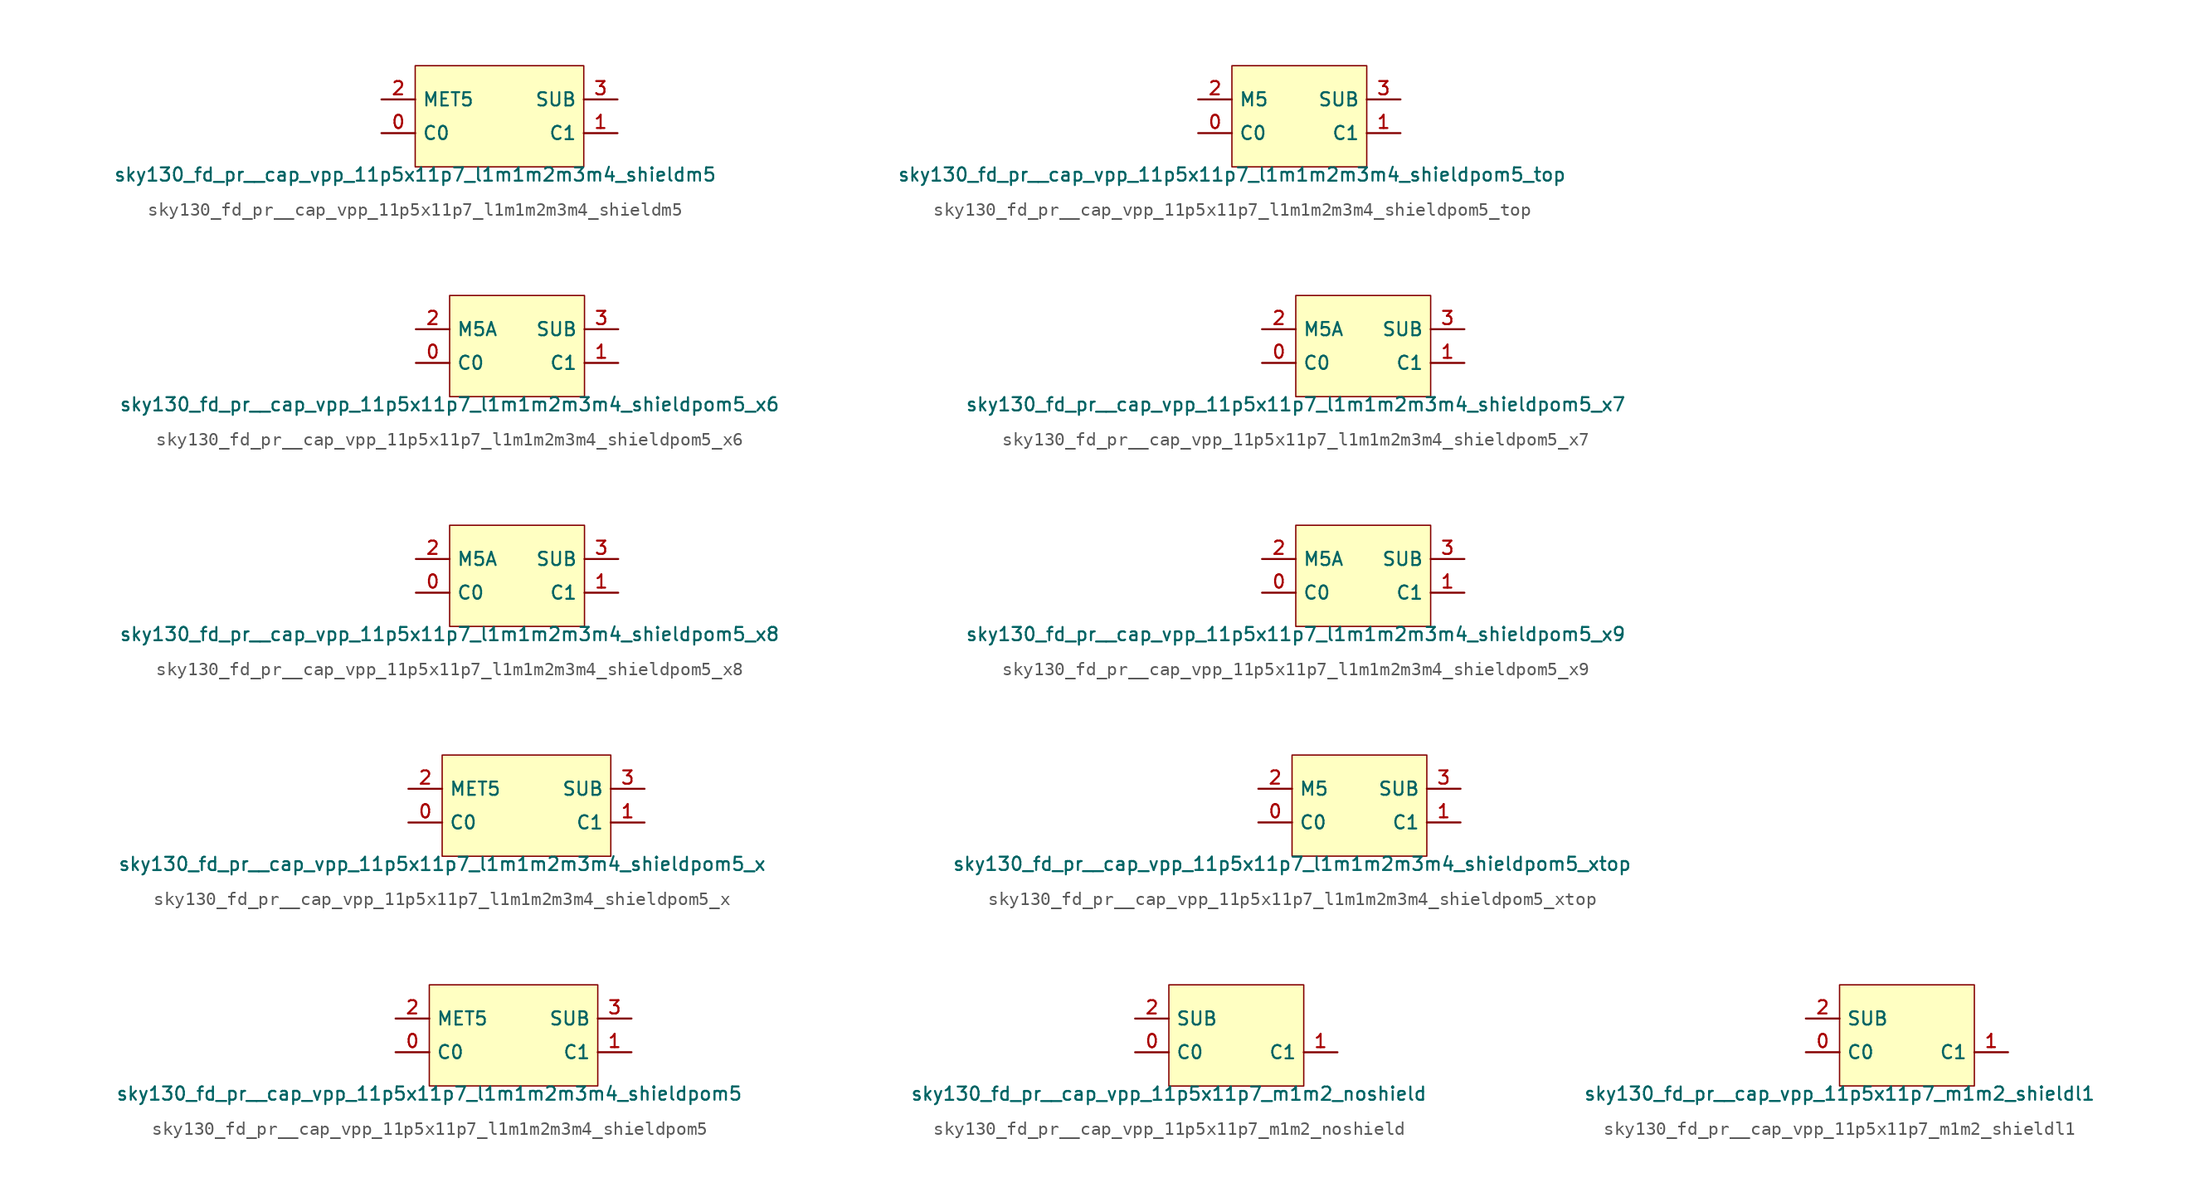
<source format=kicad_sym>
(kicad_symbol_lib
  (version 20211014)
  (generator lef2kicad_sym)
  (symbol "sky130_fd_pr__cap_vpp_11p5x11p7_l1m1m2m3m4_shieldm5"
    (property "Reference" "X"
      (at 0 0 0)
      (effects (font (size 1 1)) hide))
    (property "Value" "sky130_fd_pr__cap_vpp_11p5x11p7_l1m1m2m3m4_shieldm5"
      (at -6.35 -3.81 0)
      (effects (font (size 1 1)) (justify top)))
    (rectangle
      (start -6.35 -3.81)
      (end 6.35 3.81)
      (stroke (width 0.1) (type solid) (color 0 0 0 0))
      (fill (type background)))
    (pin bidirectional line
      (at -8.89 -1.27 0)
      (length 2.54)
      (name "C0" (effects (font (size 1 1)) hide))
      (number "0" (effects (font (size 1 1)) hide)))
    (pin bidirectional line
      (at 8.89 -1.27 180)
      (length 2.54)
      (name "C1" (effects (font (size 1 1)) hide))
      (number "1" (effects (font (size 1 1)) hide)))
    (pin bidirectional line
      (at -8.89 1.27 0)
      (length 2.54)
      (name "MET5" (effects (font (size 1 1)) hide))
      (number "2" (effects (font (size 1 1)) hide)))
    (pin bidirectional line
      (at 8.89 1.27 180)
      (length 2.54)
      (name "SUB" (effects (font (size 1 1)) hide))
      (number "3" (effects (font (size 1 1)) hide))))
  (symbol "sky130_fd_pr__cap_vpp_11p5x11p7_l1m1m2m3m4_shieldpom5_top"
    (property "Reference" "X"
      (at 0 0 0)
      (effects (font (size 1 1)) hide))
    (property "Value" "sky130_fd_pr__cap_vpp_11p5x11p7_l1m1m2m3m4_shieldpom5_top"
      (at -5.08 -3.81 0)
      (effects (font (size 1 1)) (justify top)))
    (rectangle
      (start -5.08 -3.81)
      (end 5.08 3.81)
      (stroke (width 0.1) (type solid) (color 0 0 0 0))
      (fill (type background)))
    (pin bidirectional line
      (at -7.62 -1.27 0)
      (length 2.54)
      (name "C0" (effects (font (size 1 1)) hide))
      (number "0" (effects (font (size 1 1)) hide)))
    (pin bidirectional line
      (at 7.62 -1.27 180)
      (length 2.54)
      (name "C1" (effects (font (size 1 1)) hide))
      (number "1" (effects (font (size 1 1)) hide)))
    (pin bidirectional line
      (at -7.62 1.27 0)
      (length 2.54)
      (name "M5" (effects (font (size 1 1)) hide))
      (number "2" (effects (font (size 1 1)) hide)))
    (pin bidirectional line
      (at 7.62 1.27 180)
      (length 2.54)
      (name "SUB" (effects (font (size 1 1)) hide))
      (number "3" (effects (font (size 1 1)) hide))))
  (symbol "sky130_fd_pr__cap_vpp_11p5x11p7_l1m1m2m3m4_shieldpom5_x6"
    (property "Reference" "X"
      (at 0 0 0)
      (effects (font (size 1 1)) hide))
    (property "Value" "sky130_fd_pr__cap_vpp_11p5x11p7_l1m1m2m3m4_shieldpom5_x6"
      (at -5.08 -3.81 0)
      (effects (font (size 1 1)) (justify top)))
    (rectangle
      (start -5.08 -3.81)
      (end 5.08 3.81)
      (stroke (width 0.1) (type solid) (color 0 0 0 0))
      (fill (type background)))
    (pin bidirectional line
      (at -7.62 -1.27 0)
      (length 2.54)
      (name "C0" (effects (font (size 1 1)) hide))
      (number "0" (effects (font (size 1 1)) hide)))
    (pin bidirectional line
      (at 7.62 -1.27 180)
      (length 2.54)
      (name "C1" (effects (font (size 1 1)) hide))
      (number "1" (effects (font (size 1 1)) hide)))
    (pin bidirectional line
      (at -7.62 1.27 0)
      (length 2.54)
      (name "M5A" (effects (font (size 1 1)) hide))
      (number "2" (effects (font (size 1 1)) hide)))
    (pin bidirectional line
      (at 7.62 1.27 180)
      (length 2.54)
      (name "SUB" (effects (font (size 1 1)) hide))
      (number "3" (effects (font (size 1 1)) hide))))
  (symbol "sky130_fd_pr__cap_vpp_11p5x11p7_l1m1m2m3m4_shieldpom5_x7"
    (property "Reference" "X"
      (at 0 0 0)
      (effects (font (size 1 1)) hide))
    (property "Value" "sky130_fd_pr__cap_vpp_11p5x11p7_l1m1m2m3m4_shieldpom5_x7"
      (at -5.08 -3.81 0)
      (effects (font (size 1 1)) (justify top)))
    (rectangle
      (start -5.08 -3.81)
      (end 5.08 3.81)
      (stroke (width 0.1) (type solid) (color 0 0 0 0))
      (fill (type background)))
    (pin bidirectional line
      (at -7.62 -1.27 0)
      (length 2.54)
      (name "C0" (effects (font (size 1 1)) hide))
      (number "0" (effects (font (size 1 1)) hide)))
    (pin bidirectional line
      (at 7.62 -1.27 180)
      (length 2.54)
      (name "C1" (effects (font (size 1 1)) hide))
      (number "1" (effects (font (size 1 1)) hide)))
    (pin bidirectional line
      (at -7.62 1.27 0)
      (length 2.54)
      (name "M5A" (effects (font (size 1 1)) hide))
      (number "2" (effects (font (size 1 1)) hide)))
    (pin bidirectional line
      (at 7.62 1.27 180)
      (length 2.54)
      (name "SUB" (effects (font (size 1 1)) hide))
      (number "3" (effects (font (size 1 1)) hide))))
  (symbol "sky130_fd_pr__cap_vpp_11p5x11p7_l1m1m2m3m4_shieldpom5_x8"
    (property "Reference" "X"
      (at 0 0 0)
      (effects (font (size 1 1)) hide))
    (property "Value" "sky130_fd_pr__cap_vpp_11p5x11p7_l1m1m2m3m4_shieldpom5_x8"
      (at -5.08 -3.81 0)
      (effects (font (size 1 1)) (justify top)))
    (rectangle
      (start -5.08 -3.81)
      (end 5.08 3.81)
      (stroke (width 0.1) (type solid) (color 0 0 0 0))
      (fill (type background)))
    (pin bidirectional line
      (at -7.62 -1.27 0)
      (length 2.54)
      (name "C0" (effects (font (size 1 1)) hide))
      (number "0" (effects (font (size 1 1)) hide)))
    (pin bidirectional line
      (at 7.62 -1.27 180)
      (length 2.54)
      (name "C1" (effects (font (size 1 1)) hide))
      (number "1" (effects (font (size 1 1)) hide)))
    (pin bidirectional line
      (at -7.62 1.27 0)
      (length 2.54)
      (name "M5A" (effects (font (size 1 1)) hide))
      (number "2" (effects (font (size 1 1)) hide)))
    (pin bidirectional line
      (at 7.62 1.27 180)
      (length 2.54)
      (name "SUB" (effects (font (size 1 1)) hide))
      (number "3" (effects (font (size 1 1)) hide))))
  (symbol "sky130_fd_pr__cap_vpp_11p5x11p7_l1m1m2m3m4_shieldpom5_x9"
    (property "Reference" "X"
      (at 0 0 0)
      (effects (font (size 1 1)) hide))
    (property "Value" "sky130_fd_pr__cap_vpp_11p5x11p7_l1m1m2m3m4_shieldpom5_x9"
      (at -5.08 -3.81 0)
      (effects (font (size 1 1)) (justify top)))
    (rectangle
      (start -5.08 -3.81)
      (end 5.08 3.81)
      (stroke (width 0.1) (type solid) (color 0 0 0 0))
      (fill (type background)))
    (pin bidirectional line
      (at -7.62 -1.27 0)
      (length 2.54)
      (name "C0" (effects (font (size 1 1)) hide))
      (number "0" (effects (font (size 1 1)) hide)))
    (pin bidirectional line
      (at 7.62 -1.27 180)
      (length 2.54)
      (name "C1" (effects (font (size 1 1)) hide))
      (number "1" (effects (font (size 1 1)) hide)))
    (pin bidirectional line
      (at -7.62 1.27 0)
      (length 2.54)
      (name "M5A" (effects (font (size 1 1)) hide))
      (number "2" (effects (font (size 1 1)) hide)))
    (pin bidirectional line
      (at 7.62 1.27 180)
      (length 2.54)
      (name "SUB" (effects (font (size 1 1)) hide))
      (number "3" (effects (font (size 1 1)) hide))))
  (symbol "sky130_fd_pr__cap_vpp_11p5x11p7_l1m1m2m3m4_shieldpom5_x"
    (property "Reference" "X"
      (at 0 0 0)
      (effects (font (size 1 1)) hide))
    (property "Value" "sky130_fd_pr__cap_vpp_11p5x11p7_l1m1m2m3m4_shieldpom5_x"
      (at -6.35 -3.81 0)
      (effects (font (size 1 1)) (justify top)))
    (rectangle
      (start -6.35 -3.81)
      (end 6.35 3.81)
      (stroke (width 0.1) (type solid) (color 0 0 0 0))
      (fill (type background)))
    (pin bidirectional line
      (at -8.89 -1.27 0)
      (length 2.54)
      (name "C0" (effects (font (size 1 1)) hide))
      (number "0" (effects (font (size 1 1)) hide)))
    (pin bidirectional line
      (at 8.89 -1.27 180)
      (length 2.54)
      (name "C1" (effects (font (size 1 1)) hide))
      (number "1" (effects (font (size 1 1)) hide)))
    (pin bidirectional line
      (at -8.89 1.27 0)
      (length 2.54)
      (name "MET5" (effects (font (size 1 1)) hide))
      (number "2" (effects (font (size 1 1)) hide)))
    (pin bidirectional line
      (at 8.89 1.27 180)
      (length 2.54)
      (name "SUB" (effects (font (size 1 1)) hide))
      (number "3" (effects (font (size 1 1)) hide))))
  (symbol "sky130_fd_pr__cap_vpp_11p5x11p7_l1m1m2m3m4_shieldpom5_xtop"
    (property "Reference" "X"
      (at 0 0 0)
      (effects (font (size 1 1)) hide))
    (property "Value" "sky130_fd_pr__cap_vpp_11p5x11p7_l1m1m2m3m4_shieldpom5_xtop"
      (at -5.08 -3.81 0)
      (effects (font (size 1 1)) (justify top)))
    (rectangle
      (start -5.08 -3.81)
      (end 5.08 3.81)
      (stroke (width 0.1) (type solid) (color 0 0 0 0))
      (fill (type background)))
    (pin bidirectional line
      (at -7.62 -1.27 0)
      (length 2.54)
      (name "C0" (effects (font (size 1 1)) hide))
      (number "0" (effects (font (size 1 1)) hide)))
    (pin bidirectional line
      (at 7.62 -1.27 180)
      (length 2.54)
      (name "C1" (effects (font (size 1 1)) hide))
      (number "1" (effects (font (size 1 1)) hide)))
    (pin bidirectional line
      (at -7.62 1.27 0)
      (length 2.54)
      (name "M5" (effects (font (size 1 1)) hide))
      (number "2" (effects (font (size 1 1)) hide)))
    (pin bidirectional line
      (at 7.62 1.27 180)
      (length 2.54)
      (name "SUB" (effects (font (size 1 1)) hide))
      (number "3" (effects (font (size 1 1)) hide))))
  (symbol "sky130_fd_pr__cap_vpp_11p5x11p7_l1m1m2m3m4_shieldpom5"
    (property "Reference" "X"
      (at 0 0 0)
      (effects (font (size 1 1)) hide))
    (property "Value" "sky130_fd_pr__cap_vpp_11p5x11p7_l1m1m2m3m4_shieldpom5"
      (at -6.35 -3.81 0)
      (effects (font (size 1 1)) (justify top)))
    (rectangle
      (start -6.35 -3.81)
      (end 6.35 3.81)
      (stroke (width 0.1) (type solid) (color 0 0 0 0))
      (fill (type background)))
    (pin bidirectional line
      (at -8.89 -1.27 0)
      (length 2.54)
      (name "C0" (effects (font (size 1 1)) hide))
      (number "0" (effects (font (size 1 1)) hide)))
    (pin bidirectional line
      (at 8.89 -1.27 180)
      (length 2.54)
      (name "C1" (effects (font (size 1 1)) hide))
      (number "1" (effects (font (size 1 1)) hide)))
    (pin bidirectional line
      (at -8.89 1.27 0)
      (length 2.54)
      (name "MET5" (effects (font (size 1 1)) hide))
      (number "2" (effects (font (size 1 1)) hide)))
    (pin bidirectional line
      (at 8.89 1.27 180)
      (length 2.54)
      (name "SUB" (effects (font (size 1 1)) hide))
      (number "3" (effects (font (size 1 1)) hide))))
  (symbol "sky130_fd_pr__cap_vpp_11p5x11p7_m1m2_noshield"
    (property "Reference" "X"
      (at 0 0 0)
      (effects (font (size 1 1)) hide))
    (property "Value" "sky130_fd_pr__cap_vpp_11p5x11p7_m1m2_noshield"
      (at -5.08 -3.81 0)
      (effects (font (size 1 1)) (justify top)))
    (rectangle
      (start -5.08 -3.81)
      (end 5.08 3.81)
      (stroke (width 0.1) (type solid) (color 0 0 0 0))
      (fill (type background)))
    (pin bidirectional line
      (at -7.62 -1.27 0)
      (length 2.54)
      (name "C0" (effects (font (size 1 1)) hide))
      (number "0" (effects (font (size 1 1)) hide)))
    (pin bidirectional line
      (at 7.62 -1.27 180)
      (length 2.54)
      (name "C1" (effects (font (size 1 1)) hide))
      (number "1" (effects (font (size 1 1)) hide)))
    (pin bidirectional line
      (at -7.62 1.27 0)
      (length 2.54)
      (name "SUB" (effects (font (size 1 1)) hide))
      (number "2" (effects (font (size 1 1)) hide))))
  (symbol "sky130_fd_pr__cap_vpp_11p5x11p7_m1m2_shieldl1"
    (property "Reference" "X"
      (at 0 0 0)
      (effects (font (size 1 1)) hide))
    (property "Value" "sky130_fd_pr__cap_vpp_11p5x11p7_m1m2_shieldl1"
      (at -5.08 -3.81 0)
      (effects (font (size 1 1)) (justify top)))
    (rectangle
      (start -5.08 -3.81)
      (end 5.08 3.81)
      (stroke (width 0.1) (type solid) (color 0 0 0 0))
      (fill (type background)))
    (pin bidirectional line
      (at -7.62 -1.27 0)
      (length 2.54)
      (name "C0" (effects (font (size 1 1)) hide))
      (number "0" (effects (font (size 1 1)) hide)))
    (pin bidirectional line
      (at 7.62 -1.27 180)
      (length 2.54)
      (name "C1" (effects (font (size 1 1)) hide))
      (number "1" (effects (font (size 1 1)) hide)))
    (pin bidirectional line
      (at -7.62 1.27 0)
      (length 2.54)
      (name "SUB" (effects (font (size 1 1)) hide))
      (number "2" (effects (font (size 1 1)) hide)))))
</source>
